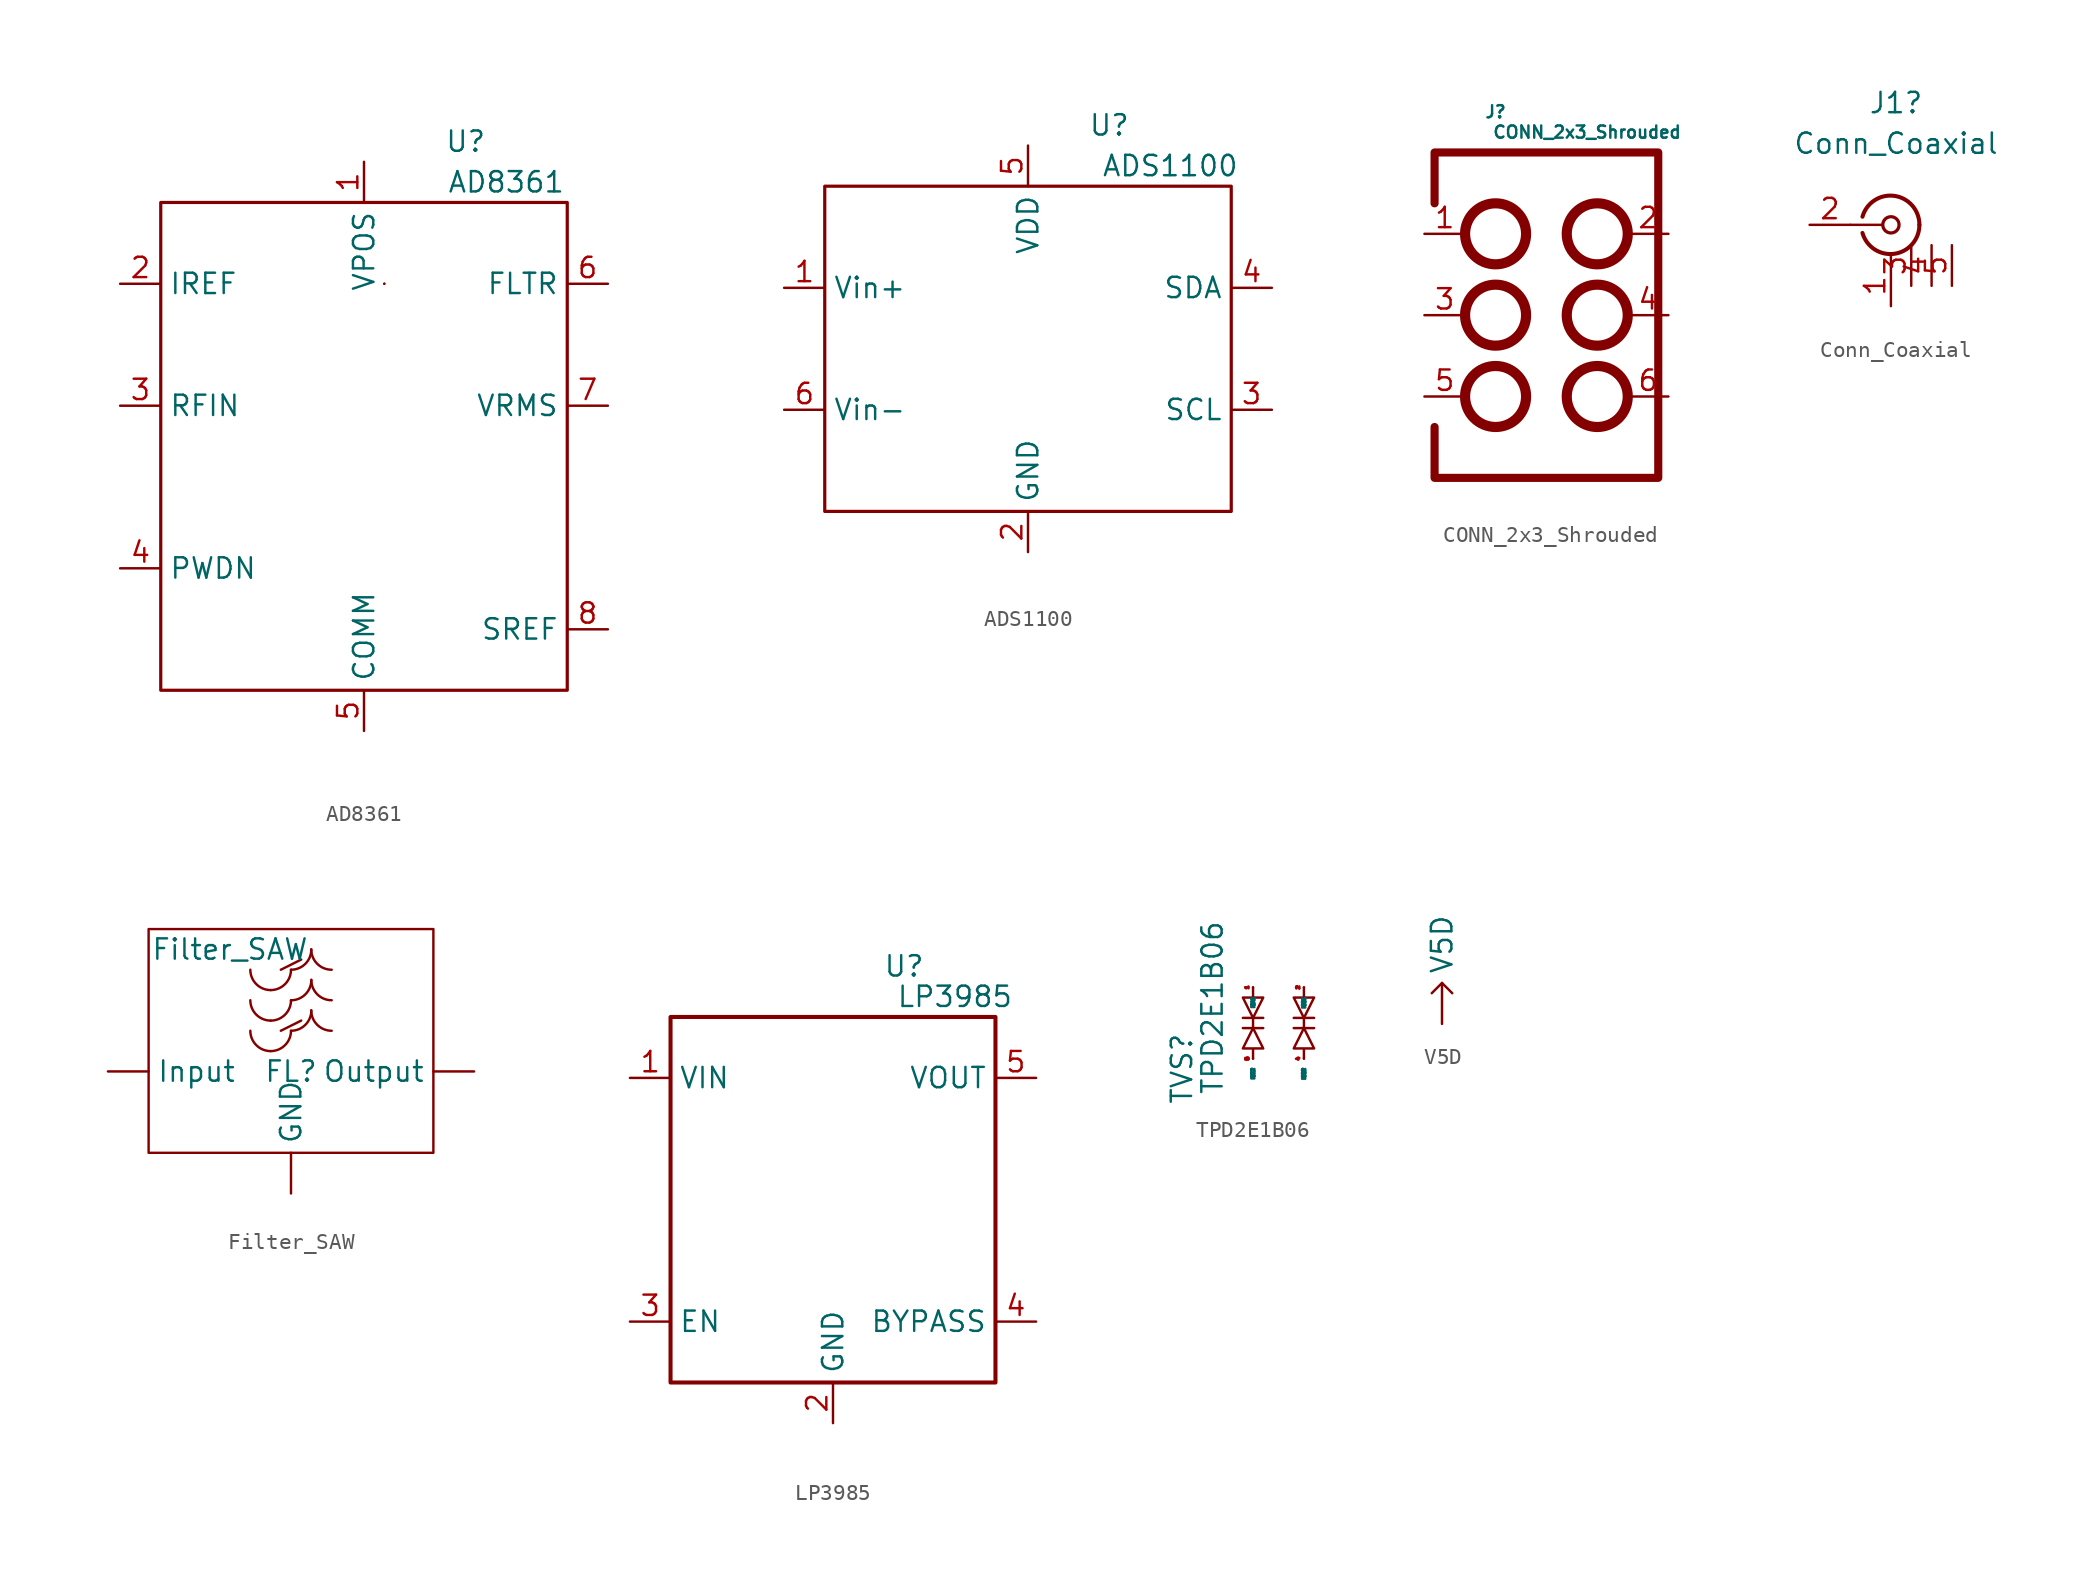
<source format=kicad_sym>
(kicad_symbol_lib
  (version 20211014)
  (generator kicad_symbol_editor)
  (symbol "AD8361"
    (property "Reference" "U"
      (at 6.35 21.59 0)
      (effects (font (size 1.27 1.27))))
    (property "Value" "AD8361"
      (at 8.89 19.05 0)
      (effects (font (size 1.27 1.27))))
    (symbol "AD8361_0_1"
      (rectangle (start -12.7 17.78) (end 12.7 -12.7) (stroke (width 0.2) (type default) (color 0 0 0 0)) (fill (type none)))
      (rectangle (start 1.27 12.7) (end 1.27 12.7) (stroke (width 0) (type default) (color 0 0 0 0)) (fill (type none)))
      (rectangle (start 1.27 12.7) (end 1.27 12.7) (stroke (width 0) (type default) (color 0 0 0 0)) (fill (type none))))
    (symbol "AD8361_1_1"
      (pin input line (at 0 20.32 270) (length 2.54) (name "VPOS" (effects (font (size 1.27 1.27)))) (number "1" (effects (font (size 1.27 1.27)))))
      (pin input line (at -15.24 12.7 0) (length 2.54) (name "IREF" (effects (font (size 1.27 1.27)))) (number "2" (effects (font (size 1.27 1.27)))))
      (pin input line (at -15.24 5.08 0) (length 2.54) (name "RFIN" (effects (font (size 1.27 1.27)))) (number "3" (effects (font (size 1.27 1.27)))))
      (pin input line (at -15.24 -5.08 0) (length 2.54) (name "PWDN" (effects (font (size 1.27 1.27)))) (number "4" (effects (font (size 1.27 1.27)))))
      (pin input line (at 0 -15.24 90) (length 2.54) (name "COMM" (effects (font (size 1.27 1.27)))) (number "5" (effects (font (size 1.27 1.27)))))
      (pin input line (at 15.24 12.7 180) (length 2.54) (name "FLTR" (effects (font (size 1.27 1.27)))) (number "6" (effects (font (size 1.27 1.27)))))
      (pin output line (at 15.24 5.08 180) (length 2.54) (name "VRMS" (effects (font (size 1.27 1.27)))) (number "7" (effects (font (size 1.27 1.27)))))
      (pin input line (at 15.24 -8.89 180) (length 2.54) (name "SREF" (effects (font (size 1.27 1.27)))) (number "8" (effects (font (size 1.27 1.27)))))))
  (symbol "ADS1100"
    (property "Reference" "U"
      (at 5.08 13.97 0)
      (effects (font (size 1.27 1.27))))
    (property "Value" "ADS1100"
      (at 8.89 11.43 0)
      (effects (font (size 1.27 1.27))))
    (symbol "ADS1100_0_1"
      (rectangle (start -12.7 10.16) (end 12.7 -10.16) (stroke (width 0.2) (type default) (color 0 0 0 0)) (fill (type none))))
    (symbol "ADS1100_1_1"
      (pin input line (at -15.24 3.81 0) (length 2.54) (name "Vin+" (effects (font (size 1.27 1.27)))) (number "1" (effects (font (size 1.27 1.27)))))
      (pin power_in line (at 0 -12.7 90) (length 2.54) (name "GND" (effects (font (size 1.27 1.27)))) (number "2" (effects (font (size 1.27 1.27)))))
      (pin bidirectional line (at 15.24 -3.81 180) (length 2.54) (name "SCL" (effects (font (size 1.27 1.27)))) (number "3" (effects (font (size 1.27 1.27)))))
      (pin bidirectional line (at 15.24 3.81 180) (length 2.54) (name "SDA" (effects (font (size 1.27 1.27)))) (number "4" (effects (font (size 1.27 1.27)))))
      (pin power_in line (at 0 12.7 270) (length 2.54) (name "VDD" (effects (font (size 1.27 1.27)))) (number "5" (effects (font (size 1.27 1.27)))))
      (pin input line (at -15.24 -3.81 0) (length 2.54) (name "Vin-" (effects (font (size 1.27 1.27)))) (number "6" (effects (font (size 1.27 1.27)))))))
  (symbol "CONN_2x3_Shrouded"
    (property "Reference" "J"
      (at -3.175 12.7 0)
      (effects (font (size 0.762 0.762))))
    (property "Value" "CONN_2x3_Shrouded"
      (at 2.54 11.43 0)
      (effects (font (size 0.762 0.762))))
    (symbol "CONN_2x3_Shrouded_0_0"
      (text "" (at -2.54 -7.62 0) (effects (font (size 1.27 1.27)))))
    (symbol "CONN_2x3_Shrouded_0_1"
      (circle (center -3.175 -6.985) (radius 0.0001) (stroke (width 0) (type default) (color 0 0 0 0)) (fill (type none)))
      (circle (center -3.175 -5.08) (radius 1.905) (stroke (width 0.635) (type default) (color 0 0 0 0)) (fill (type none)))
      (circle (center -3.175 -1.905) (radius 0.0001) (stroke (width 0) (type default) (color 0 0 0 0)) (fill (type none)))
      (circle (center -3.175 0) (radius 1.905) (stroke (width 0.635) (type default) (color 0 0 0 0)) (fill (type none)))
      (circle (center -3.175 3.175) (radius 0.0001) (stroke (width 0) (type default) (color 0 0 0 0)) (fill (type none)))
      (circle (center -3.175 5.08) (radius 1.905) (stroke (width 0.635) (type default) (color 0 0 0 0)) (fill (type none)))
      (polyline (pts (xy -6.985 6.985) (xy -6.985 10.16) (xy 6.985 10.16) (xy 6.985 -10.16) (xy -6.985 -10.16) (xy -6.985 -6.985)) (stroke (width 0.508) (type default) (color 0 0 0 0)) (fill (type none)))
      (circle (center 3.175 -5.08) (radius 1.905) (stroke (width 0.635) (type default) (color 0 0 0 0)) (fill (type none)))
      (circle (center 3.175 -3.175) (radius 0.0001) (stroke (width 0) (type default) (color 0 0 0 0)) (fill (type none)))
      (circle (center 3.175 0) (radius 1.905) (stroke (width 0.635) (type default) (color 0 0 0 0)) (fill (type none)))
      (circle (center 3.175 1.905) (radius 0.0001) (stroke (width 0) (type default) (color 0 0 0 0)) (fill (type none)))
      (circle (center 3.175 5.08) (radius 1.905) (stroke (width 0.635) (type default) (color 0 0 0 0)) (fill (type none)))
      (circle (center 3.175 6.985) (radius 0.0001) (stroke (width 0) (type default) (color 0 0 0 0)) (fill (type none))))
    (symbol "CONN_2x3_Shrouded_1_1"
      (pin power_in line (at -7.62 5.08 0) (length 2.54) (name "" (effects (font (size 1.27 1.27)))) (number "1" (effects (font (size 1.27 1.27)))))
      (pin power_in line (at 7.62 5.08 180) (length 2.54) (name "" (effects (font (size 1.27 1.27)))) (number "2" (effects (font (size 1.27 1.27)))))
      (pin power_in line (at -7.62 0 0) (length 2.54) (name "" (effects (font (size 1.27 1.27)))) (number "3" (effects (font (size 1.27 1.27)))))
      (pin power_in line (at 7.62 0 180) (length 2.54) (name "" (effects (font (size 1.27 1.27)))) (number "4" (effects (font (size 1.27 1.27)))))
      (pin power_in line (at -7.62 -5.08 0) (length 2.54) (name "" (effects (font (size 1.27 1.27)))) (number "5" (effects (font (size 1.27 1.27)))))
      (pin power_in line (at 7.62 -5.08 180) (length 2.54) (name "" (effects (font (size 1.27 1.27)))) (number "6" (effects (font (size 1.27 1.27)))))))
  (symbol "Conn_Coaxial"
    (pin_names
      (offset 1.016) hide)
    (property "Reference" "J1"
      (at 0.317 7.62 0)
      (effects (font (size 1.27 1.27))))
    (property "Value" "Conn_Coaxial"
      (at 0.317 5.08 0)
      (effects (font (size 1.27 1.27))))
    (symbol "Conn_Coaxial_0_1"
      (arc (start -1.778 -0.508) (mid 0.2311 -1.8066) (end 1.778 0) (stroke (width 0.254) (type default) (color 0 0 0 0)) (fill (type none)))
      (polyline (pts (xy -2.54 0) (xy -0.508 0)) (stroke (width 0) (type default) (color 0 0 0 0)) (fill (type none)))
      (polyline (pts (xy 0 -2.54) (xy 0 -1.778)) (stroke (width 0) (type default) (color 0 0 0 0)) (fill (type none)))
      (circle (center 0 0) (radius 0.508) (stroke (width 0.203) (type default) (color 0 0 0 0)) (fill (type none)))
      (arc (start 1.778 0) (mid 0.2099 1.8101) (end -1.778 0.508) (stroke (width 0.254) (type default) (color 0 0 0 0)) (fill (type none))))
    (symbol "Conn_Coaxial_1_1"
      (pin power_in line (at 0 -5.08 90) (length 2.54) (name "GND" (effects (font (size 1.27 1.27)))) (number "1" (effects (font (size 1.27 1.27)))))
      (pin bidirectional line (at -5.08 0 0) (length 2.54) (name "In" (effects (font (size 1.27 1.27)))) (number "2" (effects (font (size 1.27 1.27)))))
      (pin power_in line (at 1.27 -3.81 90) (length 2.54) (name "GND" (effects (font (size 1.27 1.27)))) (number "3" (effects (font (size 1.27 1.27)))))
      (pin power_in line (at 2.54 -3.81 90) (length 2.54) (name "GND" (effects (font (size 1.27 1.27)))) (number "4" (effects (font (size 1.27 1.27)))))
      (pin power_in line (at 3.81 -3.81 90) (length 2.54) (name "GND" (effects (font (size 1.27 1.27)))) (number "5" (effects (font (size 1.27 1.27)))))))
  (symbol "Filter_SAW"
    (property "Reference" "FL"
      (at 0 0 0)
      (effects (font (size 1.27 1.27))))
    (property "Value" "Filter_SAW"
      (at -3.81 7.62 0)
      (effects (font (size 1.27 1.27))))
    (symbol "Filter_SAW_0_1"
      (rectangle (start -8.89 -5.08) (end 8.89 8.89) (stroke (width 0) (type default) (color 0 0 0 0)) (fill (type none)))
      (arc (start -2.54 2.54) (mid -2.168 1.642) (end -1.27 1.27) (stroke (width 0) (type default) (color 0 0 0 0)) (fill (type none)))
      (arc (start -2.54 4.445) (mid -2.168 3.547) (end -1.27 3.175) (stroke (width 0) (type default) (color 0 0 0 0)) (fill (type none)))
      (arc (start -2.54 6.35) (mid -2.168 5.452) (end -1.27 5.08) (stroke (width 0) (type default) (color 0 0 0 0)) (fill (type none)))
      (arc (start -1.27 1.27) (mid -0.372 1.642) (end 0 2.54) (stroke (width 0) (type default) (color 0 0 0 0)) (fill (type none)))
      (arc (start -1.27 3.175) (mid -0.372 3.547) (end 0 4.445) (stroke (width 0) (type default) (color 0 0 0 0)) (fill (type none)))
      (arc (start -1.27 5.08) (mid -0.372 5.452) (end 0 6.35) (stroke (width 0) (type default) (color 0 0 0 0)) (fill (type none)))
      (polyline (pts (xy -0.635 2.54) (xy 0.635 3.175)) (stroke (width 0) (type default) (color 0 0 0 0)) (fill (type none)))
      (polyline (pts (xy -0.635 6.35) (xy 0.635 6.985)) (stroke (width 0) (type default) (color 0 0 0 0)) (fill (type none)))
      (arc (start 0 2.54) (mid 2.168 1.642) (end 1.27 3.81) (stroke (width 0) (type default) (color 0 0 0 0)) (fill (type none)))
      (arc (start 0 4.445) (mid 2.168 3.547) (end 1.27 5.715) (stroke (width 0) (type default) (color 0 0 0 0)) (fill (type none)))
      (arc (start 0 6.35) (mid 2.168 5.452) (end 1.27 7.62) (stroke (width 0) (type default) (color 0 0 0 0)) (fill (type none)))
      (arc (start 1.27 3.81) (mid 0.372 1.642) (end 2.54 2.54) (stroke (width 0) (type default) (color 0 0 0 0)) (fill (type none)))
      (arc (start 1.27 5.715) (mid 0.372 3.547) (end 2.54 4.445) (stroke (width 0) (type default) (color 0 0 0 0)) (fill (type none)))
      (arc (start 1.27 7.62) (mid 0.372 5.452) (end 2.54 6.35) (stroke (width 0) (type default) (color 0 0 0 0)) (fill (type none))))
    (symbol "Filter_SAW_1_1"
      (pin power_in line (at 0 -7.62 90) (length 2.54) (name "GND" (effects (font (size 1.27 1.27)))) (number "" (effects (font (size 1.27 1.27)))))
      (pin input line (at -11.43 0 0) (length 2.54) (name "Input" (effects (font (size 1.27 1.27)))) (number "" (effects (font (size 1.27 1.27)))))
      (pin output line (at 11.43 0 180) (length 2.54) (name "Output" (effects (font (size 1.27 1.27)))) (number "" (effects (font (size 1.27 1.27)))))))
  (symbol "LP3985"
    (property "Reference" "U"
      (at 4.445 15.875 0)
      (effects (font (size 1.27 1.27))))
    (property "Value" "LP3985"
      (at 7.62 13.97 0)
      (effects (font (size 1.27 1.27))))
    (symbol "LP3985_0_1"
      (rectangle (start -10.16 12.7) (end 10.16 -10.16) (stroke (width 0.254) (type default) (color 0 0 0 0)) (fill (type none))))
    (symbol "LP3985_1_1"
      (pin power_in line (at -12.7 8.89 0) (length 2.54) (name "VIN" (effects (font (size 1.27 1.27)))) (number "1" (effects (font (size 1.27 1.27)))))
      (pin power_out line (at 0 -12.7 90) (length 2.54) (name "GND" (effects (font (size 1.27 1.27)))) (number "2" (effects (font (size 1.27 1.27)))))
      (pin input line (at -12.7 -6.35 0) (length 2.54) (name "EN" (effects (font (size 1.27 1.27)))) (number "3" (effects (font (size 1.27 1.27)))))
      (pin bidirectional line (at 12.7 -6.35 180) (length 2.54) (name "BYPASS" (effects (font (size 1.27 1.27)))) (number "4" (effects (font (size 1.27 1.27)))))
      (pin power_out line (at 12.7 8.89 180) (length 2.54) (name "VOUT" (effects (font (size 1.27 1.27)))) (number "5" (effects (font (size 1.27 1.27)))))))
  (symbol "TPD2E1B06"
    (property "Reference" "TVS"
      (at -5.715 0.635 90)
      (effects (font (size 1.27 1.27))))
    (property "Value" "TPD2E1B06"
      (at -3.81 4.445 90)
      (effects (font (size 1.27 1.27))))
    (symbol "TPD2E1B06_0_1"
      (polyline (pts (xy -1.905 3.175) (xy -0.635 3.175)) (stroke (width 0) (type default) (color 0 0 0 0)) (fill (type none)))
      (polyline (pts (xy -1.27 3.81) (xy -1.27 3.175)) (stroke (width 0) (type default) (color 0 0 0 0)) (fill (type none)))
      (polyline (pts (xy -0.635 3.81) (xy -1.905 3.81)) (stroke (width 0) (type default) (color 0 0 0 0)) (fill (type none)))
      (polyline (pts (xy 1.27 3.175) (xy 2.54 3.175)) (stroke (width 0) (type default) (color 0 0 0 0)) (fill (type none)))
      (polyline (pts (xy 1.905 3.175) (xy 1.905 3.81)) (stroke (width 0) (type default) (color 0 0 0 0)) (fill (type none)))
      (polyline (pts (xy 2.54 3.81) (xy 1.27 3.81)) (stroke (width 0) (type default) (color 0 0 0 0)) (fill (type none)))
      (polyline (pts (xy -1.27 1.27) (xy -1.27 1.905) (xy -1.905 1.905) (xy -1.27 3.175) (xy -0.635 1.905) (xy -1.27 1.905)) (stroke (width 0) (type default) (color 0 0 0 0)) (fill (type none)))
      (polyline (pts (xy -1.27 5.715) (xy -1.27 5.08) (xy -0.635 5.08) (xy -1.27 3.81) (xy -1.905 5.08) (xy -1.27 5.08)) (stroke (width 0) (type default) (color 0 0 0 0)) (fill (type none)))
      (polyline (pts (xy 1.905 1.27) (xy 1.905 1.905) (xy 1.27 1.905) (xy 1.905 3.175) (xy 2.54 1.905) (xy 1.905 1.905)) (stroke (width 0) (type default) (color 0 0 0 0)) (fill (type none)))
      (polyline (pts (xy 1.905 5.715) (xy 1.905 5.08) (xy 2.54 5.08) (xy 1.905 3.81) (xy 1.27 5.08) (xy 1.905 5.08)) (stroke (width 0) (type default) (color 0 0 0 0)) (fill (type none))))
    (symbol "TPD2E1B06_1_1"
      (pin bidirectional line (at -1.27 5.715 270) (length 0) (name "IOA1" (effects (font (size 0.2 0.2)))) (number "1" (effects (font (size 0.2 0.2)))))
      (pin bidirectional line (at 1.905 5.715 270) (length 0) (name "IOB1" (effects (font (size 0.2 0.2)))) (number "2" (effects (font (size 0.2 0.2)))))
      (pin bidirectional line (at 3.81 4.445 270) (length 0) hide (name "NC1" (effects (font (size 0.2 0.2)))) (number "3" (effects (font (size 0.2 0.2)))))
      (pin bidirectional line (at 1.905 1.27 270) (length 0) (name "IOB2" (effects (font (size 0.2 0.2)))) (number "4" (effects (font (size 0.2 0.2)))))
      (pin bidirectional line (at -1.27 1.27 270) (length 0) (name "IOE2" (effects (font (size 0.2 0.2)))) (number "5" (effects (font (size 0.2 0.2)))))
      (pin bidirectional line (at 3.81 2.54 270) (length 0) hide (name "NC2" (effects (font (size 0.2 0.2)))) (number "6" (effects (font (size 0.2 0.2)))))))
  (symbol "V5D"
    (pin_numbers hide)
    (property "Reference" "V5D"
      (at 2.54 1.905 0)
      (effects (font (size 1.27 1.27)) hide))
    (symbol "V5D_0_1"
      (polyline (pts (xy -0.635 1.905) (xy 0 2.54) (xy 0.635 1.905)) (stroke (width 0) (type default) (color 0 0 0 0)) (fill (type none))))
    (symbol "V5D_1_1"
      (pin power_out line (at 0 0 90) (length 2.54) (name "V5D" (effects (font (size 1.27 1.27)))) (number "" (effects (font (size 1.27 1.27))))))))
</source>
